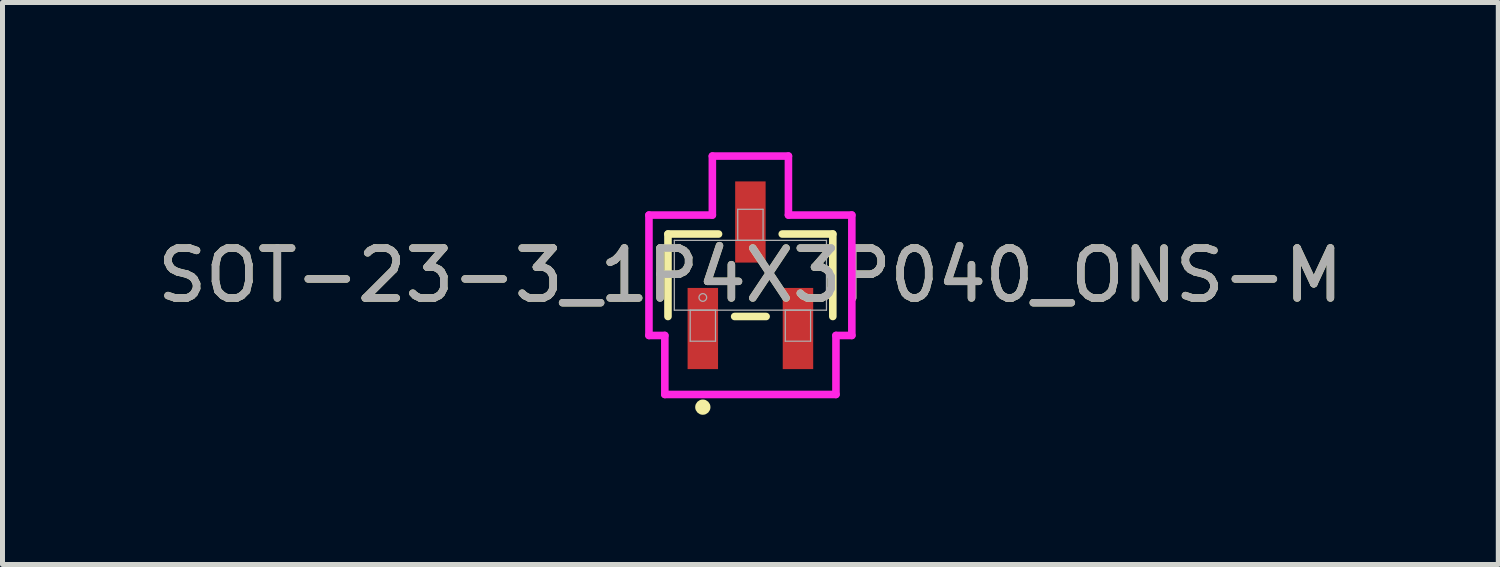
<source format=kicad_pcb>
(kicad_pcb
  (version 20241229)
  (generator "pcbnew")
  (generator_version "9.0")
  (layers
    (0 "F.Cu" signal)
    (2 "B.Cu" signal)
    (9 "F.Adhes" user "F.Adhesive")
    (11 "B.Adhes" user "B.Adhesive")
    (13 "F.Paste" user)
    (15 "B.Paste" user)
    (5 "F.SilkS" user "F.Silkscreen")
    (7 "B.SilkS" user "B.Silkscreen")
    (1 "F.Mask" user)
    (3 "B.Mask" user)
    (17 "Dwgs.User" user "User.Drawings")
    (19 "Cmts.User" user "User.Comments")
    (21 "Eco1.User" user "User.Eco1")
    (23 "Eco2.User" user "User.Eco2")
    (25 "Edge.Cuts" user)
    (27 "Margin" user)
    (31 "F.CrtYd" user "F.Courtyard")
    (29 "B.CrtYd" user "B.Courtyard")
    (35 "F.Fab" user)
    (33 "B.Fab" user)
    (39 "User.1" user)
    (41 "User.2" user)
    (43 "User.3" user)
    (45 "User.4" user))
  (footprint "SOT-23-3_1P4X3P040_ONS-M"
    (layer "F.Cu")
    (at 11.982 2.464)
    (property "Reference" "SOT-23-3_1P4X3P040_ONS-M" (at 0 0 0) (unlocked yes) (layer "F.SilkS") (effects (font (size 1 1) (thickness 0.15))))
    (attr smd)
    (fp_line (start -1.651 -0.826) (end -1.651 0.826) (stroke (width 0.152) (type solid)) (layer "F.SilkS"))
    (fp_line (start -0.638 -0.826) (end -1.651 -0.826) (stroke (width 0.152) (type solid)) (layer "F.SilkS"))
    (fp_line (start -0.315 0.826) (end 0.315 0.826) (stroke (width 0.152) (type solid)) (layer "F.SilkS"))
    (fp_line (start 1.651 -0.826) (end 0.638 -0.826) (stroke (width 0.152) (type solid)) (layer "F.SilkS"))
    (fp_line (start 1.651 0.826) (end 1.651 -0.826) (stroke (width 0.152) (type solid)) (layer "F.SilkS"))
    (fp_circle (center -0.953 2.642) (end -0.876 2.642) (stroke (width 0.152) (type solid)) (fill no) (layer "F.SilkS"))
    (fp_line (start -2.032 -1.206) (end -0.762 -1.206) (stroke (width 0.152) (type solid)) (layer "F.CrtYd"))
    (fp_line (start -2.032 1.206) (end -2.032 -1.206) (stroke (width 0.152) (type solid)) (layer "F.CrtYd"))
    (fp_line (start -2.032 1.206) (end -1.714 1.206) (stroke (width 0.152) (type solid)) (layer "F.CrtYd"))
    (fp_line (start -1.714 1.206) (end -1.714 2.388) (stroke (width 0.152) (type solid)) (layer "F.CrtYd"))
    (fp_line (start -1.714 2.388) (end 1.714 2.388) (stroke (width 0.152) (type solid)) (layer "F.CrtYd"))
    (fp_line (start -0.762 -2.388) (end 0.762 -2.388) (stroke (width 0.152) (type solid)) (layer "F.CrtYd"))
    (fp_line (start -0.762 -1.206) (end -0.762 -2.388) (stroke (width 0.152) (type solid)) (layer "F.CrtYd"))
    (fp_line (start 0.762 -1.206) (end 0.762 -2.388) (stroke (width 0.152) (type solid)) (layer "F.CrtYd"))
    (fp_line (start 1.714 1.206) (end 1.714 2.388) (stroke (width 0.152) (type solid)) (layer "F.CrtYd"))
    (fp_line (start 2.032 -1.206) (end 0.762 -1.206) (stroke (width 0.152) (type solid)) (layer "F.CrtYd"))
    (fp_line (start 2.032 -1.206) (end 2.032 1.206) (stroke (width 0.152) (type solid)) (layer "F.CrtYd"))
    (fp_line (start 2.032 1.206) (end 1.714 1.206) (stroke (width 0.152) (type solid)) (layer "F.CrtYd"))
    (fp_line (start -1.524 -0.699) (end -1.524 0.699) (stroke (width 0.025) (type solid)) (layer "F.Fab"))
    (fp_line (start -1.524 0.699) (end 1.524 0.699) (stroke (width 0.025) (type solid)) (layer "F.Fab"))
    (fp_line (start -1.206 0.699) (end -1.206 1.321) (stroke (width 0.025) (type solid)) (layer "F.Fab"))
    (fp_line (start -1.206 1.321) (end -0.699 1.321) (stroke (width 0.025) (type solid)) (layer "F.Fab"))
    (fp_line (start -0.699 0.699) (end -1.206 0.699) (stroke (width 0.025) (type solid)) (layer "F.Fab"))
    (fp_line (start -0.699 1.321) (end -0.699 0.699) (stroke (width 0.025) (type solid)) (layer "F.Fab"))
    (fp_line (start -0.254 -1.321) (end -0.254 -0.699) (stroke (width 0.025) (type solid)) (layer "F.Fab"))
    (fp_line (start -0.254 -0.699) (end 0.254 -0.699) (stroke (width 0.025) (type solid)) (layer "F.Fab"))
    (fp_line (start 0.254 -1.321) (end -0.254 -1.321) (stroke (width 0.025) (type solid)) (layer "F.Fab"))
    (fp_line (start 0.254 -0.699) (end 0.254 -1.321) (stroke (width 0.025) (type solid)) (layer "F.Fab"))
    (fp_line (start 0.699 0.699) (end 0.699 1.321) (stroke (width 0.025) (type solid)) (layer "F.Fab"))
    (fp_line (start 0.699 1.321) (end 1.206 1.321) (stroke (width 0.025) (type solid)) (layer "F.Fab"))
    (fp_line (start 1.206 0.699) (end 0.699 0.699) (stroke (width 0.025) (type solid)) (layer "F.Fab"))
    (fp_line (start 1.206 1.321) (end 1.206 0.699) (stroke (width 0.025) (type solid)) (layer "F.Fab"))
    (fp_line (start 1.524 -0.699) (end -1.524 -0.699) (stroke (width 0.025) (type solid)) (layer "F.Fab"))
    (fp_line (start 1.524 0.699) (end 1.524 -0.699) (stroke (width 0.025) (type solid)) (layer "F.Fab"))
    (fp_circle (center -0.953 0.445) (end -0.876 0.445) (stroke (width 0.025) (type solid)) (fill no) (layer "F.Fab"))
    (fp_text user "${REFERENCE}" (at 0 0 0) (unlocked yes) (layer "F.Fab") (effects (font (size 1 1) (thickness 0.15))))
    (pad "1" smd rect (at -0.953 1.067) (size 0.61 1.626) (layers "F.Cu" "F.Mask" "F.Paste"))
    (pad "2" smd rect (at 0.953 1.067) (size 0.61 1.626) (layers "F.Cu" "F.Mask" "F.Paste"))
    (pad "3" smd rect (at 0 -1.067) (size 0.61 1.626) (layers "F.Cu" "F.Mask" "F.Paste")))
  (gr_rect
    (start -3 -3)
    (end 26.964 8.258)
    (stroke (width 0.1) (type default))
    (fill no)
    (layer "Edge.Cuts")))
</source>
